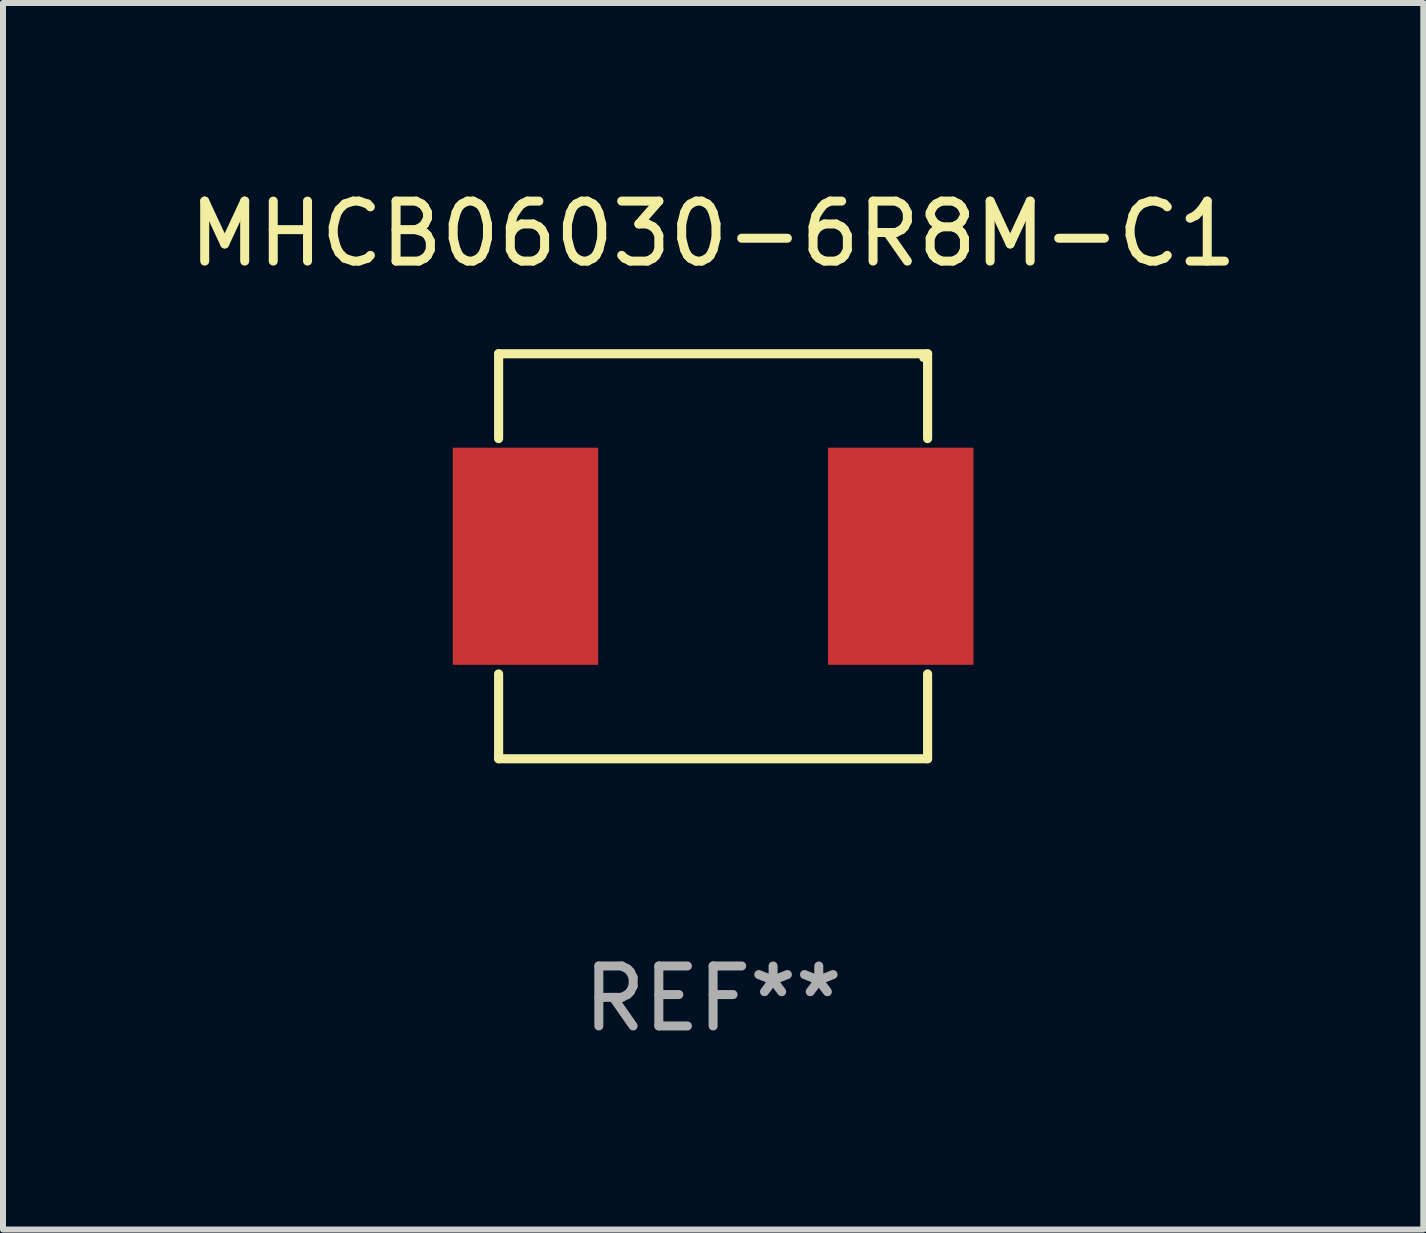
<source format=kicad_pcb>
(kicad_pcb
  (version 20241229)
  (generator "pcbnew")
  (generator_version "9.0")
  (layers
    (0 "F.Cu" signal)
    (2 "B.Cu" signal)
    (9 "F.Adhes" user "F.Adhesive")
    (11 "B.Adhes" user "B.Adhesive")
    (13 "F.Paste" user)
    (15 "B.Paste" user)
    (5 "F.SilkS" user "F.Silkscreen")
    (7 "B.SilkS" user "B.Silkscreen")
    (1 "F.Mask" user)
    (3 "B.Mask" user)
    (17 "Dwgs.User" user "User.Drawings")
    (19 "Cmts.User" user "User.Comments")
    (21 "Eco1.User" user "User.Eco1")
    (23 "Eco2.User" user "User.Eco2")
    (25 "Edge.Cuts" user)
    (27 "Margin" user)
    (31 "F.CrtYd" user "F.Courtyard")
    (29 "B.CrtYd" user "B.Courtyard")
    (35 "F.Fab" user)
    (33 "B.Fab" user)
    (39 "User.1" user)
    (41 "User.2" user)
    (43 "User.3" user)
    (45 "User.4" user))
  (footprint "MHCB06030-6R8M-C1"
    (layer "F.Cu")
    (at 8.839 6.224)
    (property "Reference" "MHCB06030-6R8M-C1" (at 0 -5.376 0) (layer "F.SilkS") (effects (font (size 1 1) (thickness 0.15))))
    (attr through_hole)
    (fp_line (start -3.576 -3.376) (end 3.576 -3.376) (stroke (width 0.152) (type solid)) (layer "F.SilkS"))
    (fp_line (start -3.576 -1.962) (end -3.576 -3.376) (stroke (width 0.152) (type solid)) (layer "F.SilkS"))
    (fp_line (start -3.576 1.962) (end -3.576 3.376) (stroke (width 0.152) (type solid)) (layer "F.SilkS"))
    (fp_line (start -3.576 3.376) (end 3.576 3.376) (stroke (width 0.152) (type solid)) (layer "F.SilkS"))
    (fp_line (start 3.576 -3.376) (end 3.576 -1.962) (stroke (width 0.152) (type solid)) (layer "F.SilkS"))
    (fp_line (start 3.576 3.376) (end 3.576 1.962) (stroke (width 0.152) (type solid)) (layer "F.SilkS"))
    (fp_circle (center 3.5 -3.3) (end 3.53 -3.3) (stroke (width 0.06) (type solid)) (fill no) (layer "F.SilkS"))
    (fp_text user "REF**" (at 0 7.376 0) (layer "F.Fab") (effects (font (size 1 1) (thickness 0.15))))
    (pad "1" smd rect (at 3.128 0) (size 2.424 3.62) (layers "F.Cu" "F.Mask" "F.Paste"))
    (pad "2" smd rect (at -3.128 0) (size 2.424 3.62) (layers "F.Cu" "F.Mask" "F.Paste")))
  (gr_rect
    (start -3 -3)
    (end 20.679 17.449)
    (stroke (width 0.1) (type default))
    (fill no)
    (layer "Edge.Cuts")))
</source>
